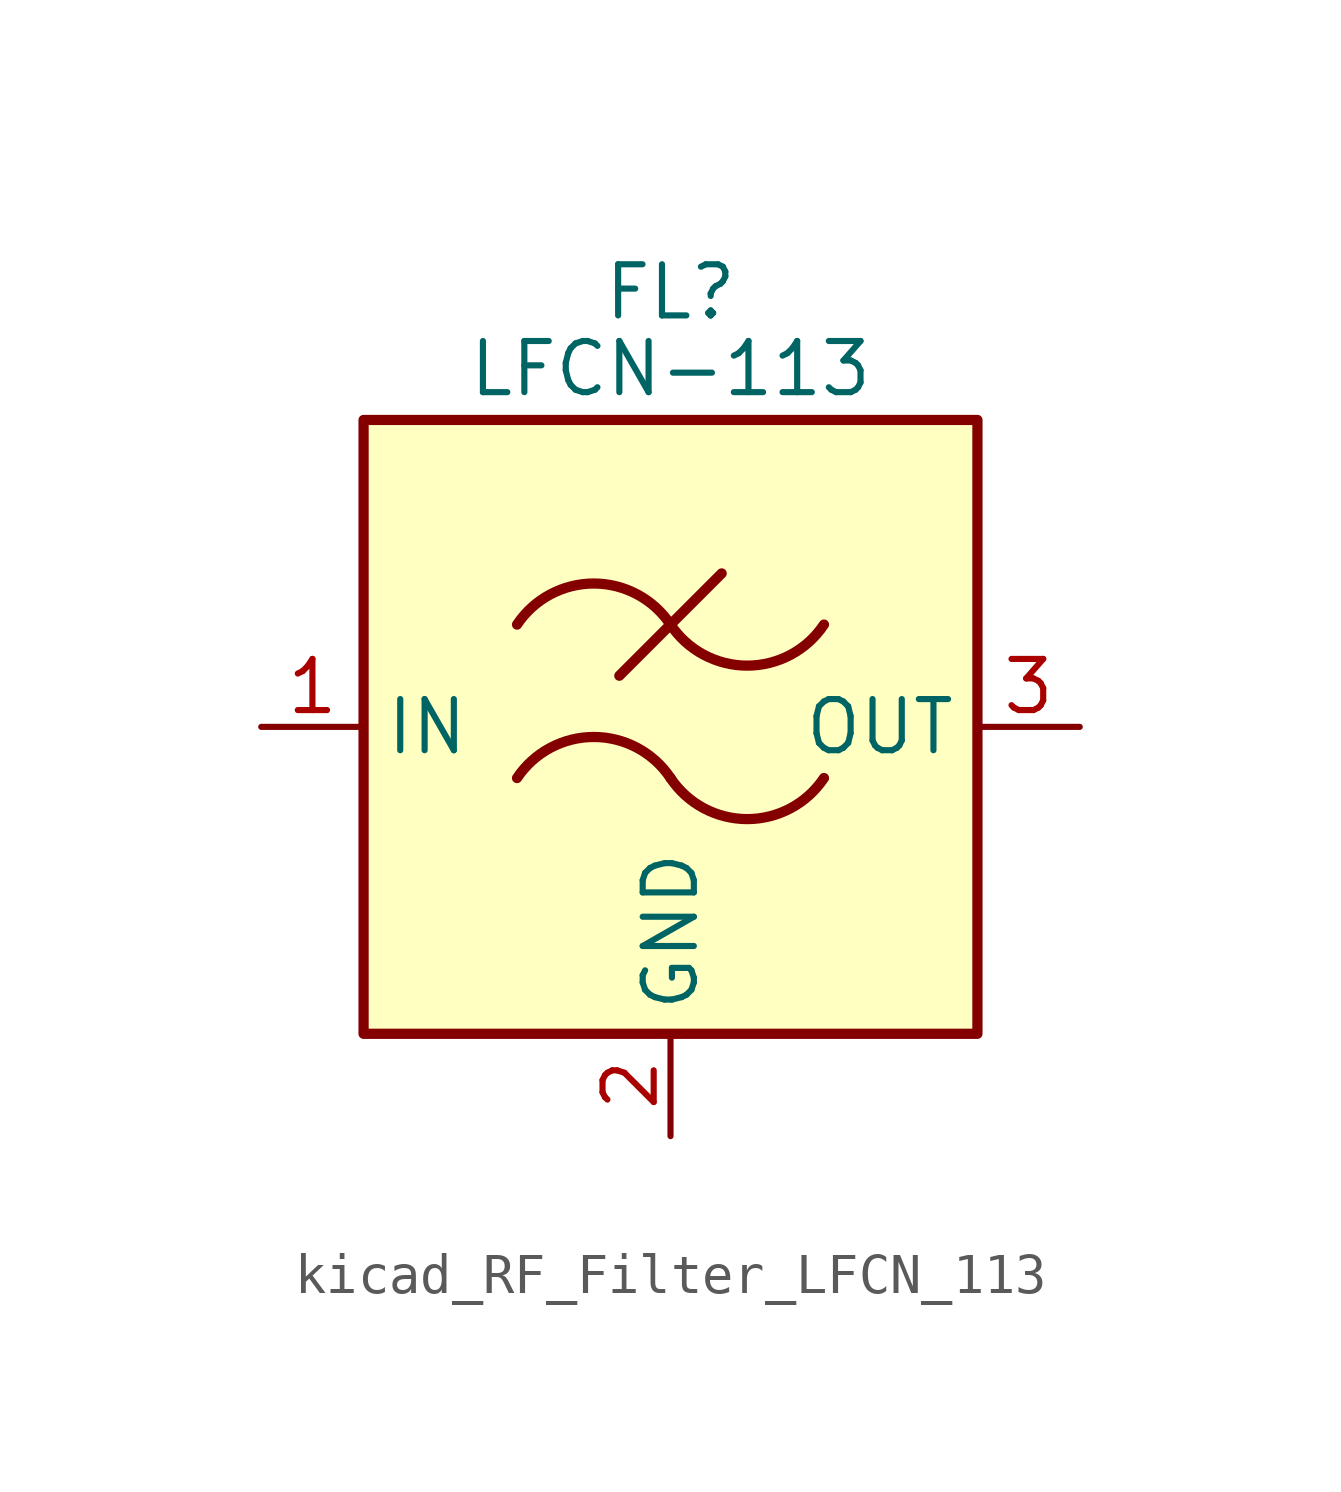
<source format=kicad_sym>
(kicad_symbol_lib
  (version 20220914)
  (generator kicad_symbol_editor)
  (symbol "kicad_RF_Filter_LFCN_113"
    (property "Reference" "FL"
      (at 0 10.795 0)
      (effects (font (size 1.27 1.27))))
    (property "Value" "LFCN-113"
      (at 0 8.89 0)
      (effects (font (size 1.27 1.27))))
    (symbol "kicad_RF_Filter_LFCN_113_0_1"
      (rectangle (start -7.62 7.62) (end 7.62 -7.62) (stroke (width 0.254) (type default)) (fill (type background)))
      (arc (start 0 -1.27) (mid -1.905 -0.2505) (end -3.81 -1.27) (stroke (width 0.254) (type default)) (fill (type none)))
      (arc (start 0 -1.27) (mid 1.905 -2.2895) (end 3.81 -1.27) (stroke (width 0.254) (type default)) (fill (type none)))
      (polyline (pts (xy -1.27 1.27) (xy 1.27 3.81)) (stroke (width 0.254) (type default)) (fill (type none)))
      (arc (start 0 2.54) (mid -1.905 3.5595) (end -3.81 2.54) (stroke (width 0.254) (type default)) (fill (type none)))
      (arc (start 0 2.54) (mid 1.905 1.5205) (end 3.81 2.54) (stroke (width 0.254) (type default)) (fill (type none))))
    (symbol "kicad_RF_Filter_LFCN_113_1_1"
      (pin passive line (at -10.16 0 0) (length 2.54) (name "IN" (effects (font (size 1.27 1.27)))) (number "1" (effects (font (size 1.27 1.27)))))
      (pin passive line (at 0 -10.16 90) (length 2.54) (name "GND" (effects (font (size 1.27 1.27)))) (number "2" (effects (font (size 1.27 1.27)))))
      (pin passive line (at 10.16 0 180) (length 2.54) (name "OUT" (effects (font (size 1.27 1.27)))) (number "3" (effects (font (size 1.27 1.27)))))
      (pin passive line (at 0 -10.16 90) (length 2.54) hide (name "GND" (effects (font (size 1.27 1.27)))) (number "4" (effects (font (size 1.27 1.27))))))))
</source>
